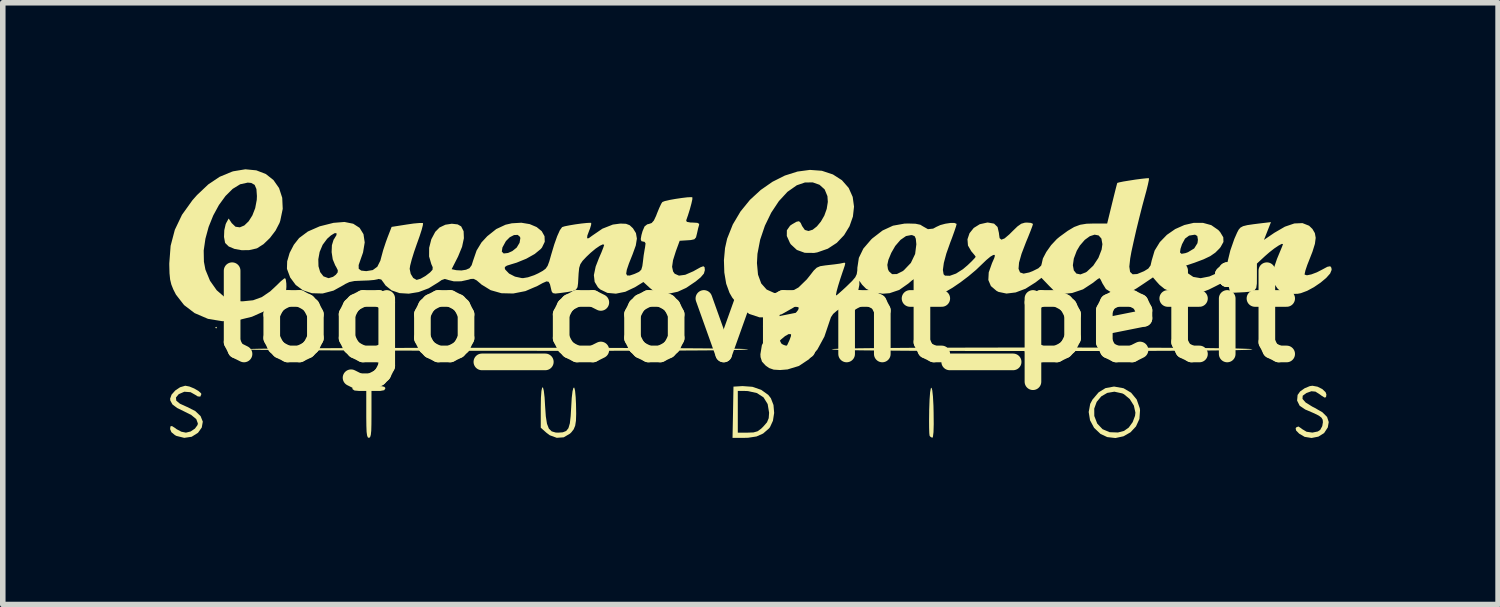
<source format=kicad_pcb>
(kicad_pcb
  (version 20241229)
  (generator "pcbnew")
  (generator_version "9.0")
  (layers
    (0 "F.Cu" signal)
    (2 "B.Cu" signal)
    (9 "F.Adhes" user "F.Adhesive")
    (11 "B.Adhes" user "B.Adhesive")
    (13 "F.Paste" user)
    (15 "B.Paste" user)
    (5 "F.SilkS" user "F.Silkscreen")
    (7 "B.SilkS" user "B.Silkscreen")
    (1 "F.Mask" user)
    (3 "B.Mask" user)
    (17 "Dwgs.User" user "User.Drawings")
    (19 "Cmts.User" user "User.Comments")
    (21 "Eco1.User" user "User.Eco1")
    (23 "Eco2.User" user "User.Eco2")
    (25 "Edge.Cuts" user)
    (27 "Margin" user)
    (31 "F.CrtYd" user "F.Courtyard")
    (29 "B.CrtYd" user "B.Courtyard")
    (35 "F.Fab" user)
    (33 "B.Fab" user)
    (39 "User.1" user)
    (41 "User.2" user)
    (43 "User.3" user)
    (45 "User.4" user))
  (footprint "logo_covent_petit"
    (layer "F.Cu")
    (at 10.525 2.649)
    (property "Reference" "logo_covent_petit" (at 0 0 0) (layer "F.SilkS") (effects (font (size 1.5 1.5) (thickness 0.3))))
    (attr board_only exclude_from_pos_files exclude_from_bom)
    (fp_poly (pts (xy -9.666 0.203) (xy -9.681 0.219) (xy -9.697 0.203) (xy -9.681 0.188)) (stroke (width 0) (type solid)) (fill yes) (layer "F.SilkS"))
    (fp_poly (pts (xy 3.222 1.334) (xy 3.234 1.443) (xy 3.243 1.609) (xy 3.246 1.736) (xy 3.248 1.942) (xy 3.244 2.086) (xy 3.234 2.168) (xy 3.222 2.19) (xy 3.182 2.165) (xy 3.173 2.149) (xy 3.168 2.104) (xy 3.165 2.009) (xy 3.164 1.878) (xy 3.166 1.724) (xy 3.166 1.695) (xy 3.173 1.501) (xy 3.183 1.368) (xy 3.196 1.297) (xy 3.209 1.286)) (stroke (width 0) (type solid)) (fill yes) (layer "F.SilkS"))
    (fp_poly (pts (xy -6.787 1.253) (xy -6.697 1.259) (xy -6.649 1.271) (xy -6.632 1.291) (xy -6.632 1.298) (xy -6.652 1.331) (xy -6.721 1.344) (xy -6.757 1.345) (xy -6.882 1.345) (xy -6.882 1.767) (xy -6.883 1.94) (xy -6.886 2.06) (xy -6.894 2.135) (xy -6.906 2.175) (xy -6.923 2.189) (xy -6.929 2.19) (xy -6.948 2.181) (xy -6.961 2.148) (xy -6.97 2.082) (xy -6.974 1.974) (xy -6.976 1.815) (xy -6.976 1.767) (xy -6.976 1.345) (xy -7.101 1.345) (xy -7.188 1.337) (xy -7.224 1.312) (xy -7.226 1.298) (xy -7.215 1.276) (xy -7.176 1.262) (xy -7.099 1.254) (xy -6.972 1.251) (xy -6.929 1.251)) (stroke (width 0) (type solid)) (fill yes) (layer "F.SilkS"))
    (fp_poly (pts (xy -0.019 1.27) (xy 0.14 1.325) (xy 0.266 1.415) (xy 0.314 1.476) (xy 0.361 1.598) (xy 0.373 1.741) (xy 0.351 1.882) (xy 0.298 1.997) (xy 0.28 2.02) (xy 0.174 2.112) (xy 0.055 2.165) (xy -0.096 2.188) (xy -0.171 2.19) (xy -0.377 2.19) (xy -0.368 1.728) (xy -0.368 1.72) (xy -0.282 1.72) (xy -0.282 2.096) (xy -0.106 2.096) (xy 0.001 2.092) (xy 0.073 2.072) (xy 0.136 2.027) (xy 0.175 1.989) (xy 0.244 1.91) (xy 0.275 1.835) (xy 0.282 1.738) (xy 0.256 1.581) (xy 0.182 1.461) (xy 0.063 1.383) (xy -0.1 1.347) (xy -0.155 1.345) (xy -0.282 1.345) (xy -0.282 1.72) (xy -0.368 1.72) (xy -0.36 1.267) (xy -0.196 1.257)) (stroke (width 0) (type solid)) (fill yes) (layer "F.SilkS"))
    (fp_poly (pts (xy -3.777 1.342) (xy -3.763 1.462) (xy -3.754 1.616) (xy -3.741 1.803) (xy -3.72 1.936) (xy -3.686 2.023) (xy -3.635 2.073) (xy -3.564 2.094) (xy -3.52 2.096) (xy -3.435 2.09) (xy -3.374 2.066) (xy -3.334 2.016) (xy -3.308 1.929) (xy -3.293 1.797) (xy -3.284 1.645) (xy -3.274 1.47) (xy -3.26 1.351) (xy -3.244 1.289) (xy -3.228 1.285) (xy -3.214 1.34) (xy -3.203 1.456) (xy -3.197 1.58) (xy -3.194 1.755) (xy -3.198 1.881) (xy -3.212 1.971) (xy -3.239 2.036) (xy -3.281 2.09) (xy -3.306 2.114) (xy -3.418 2.18) (xy -3.544 2.189) (xy -3.67 2.143) (xy -3.73 2.098) (xy -3.832 2.007) (xy -3.832 1.645) (xy -3.829 1.466) (xy -3.82 1.346) (xy -3.807 1.284) (xy -3.792 1.283)) (stroke (width 0) (type solid)) (fill yes) (layer "F.SilkS"))
    (fp_poly (pts (xy 6.668 1.296) (xy 6.804 1.376) (xy 6.905 1.499) (xy 6.96 1.656) (xy 6.965 1.693) (xy 6.954 1.849) (xy 6.892 1.984) (xy 6.793 2.09) (xy 6.666 2.162) (xy 6.522 2.193) (xy 6.374 2.176) (xy 6.253 2.119) (xy 6.137 2.009) (xy 6.064 1.872) (xy 6.04 1.724) (xy 6.052 1.662) (xy 6.14 1.662) (xy 6.141 1.796) (xy 6.194 1.933) (xy 6.29 2.034) (xy 6.418 2.088) (xy 6.567 2.093) (xy 6.676 2.065) (xy 6.761 2.005) (xy 6.832 1.907) (xy 6.875 1.793) (xy 6.882 1.736) (xy 6.854 1.609) (xy 6.78 1.491) (xy 6.676 1.404) (xy 6.645 1.389) (xy 6.503 1.358) (xy 6.374 1.38) (xy 6.265 1.444) (xy 6.184 1.542) (xy 6.14 1.662) (xy 6.052 1.662) (xy 6.067 1.578) (xy 6.108 1.501) (xy 6.219 1.37) (xy 6.342 1.294) (xy 6.488 1.267) (xy 6.506 1.267)) (stroke (width 0) (type solid)) (fill yes) (layer "F.SilkS"))
    (fp_poly (pts (xy 5.833 0.563) (xy 6.418 0.564) (xy 6.944 0.565) (xy 7.411 0.567) (xy 7.819 0.569) (xy 8.166 0.572) (xy 8.454 0.576) (xy 8.681 0.579) (xy 8.846 0.584) (xy 8.95 0.588) (xy 8.992 0.594) (xy 8.993 0.594) (xy 8.965 0.6) (xy 8.875 0.605) (xy 8.723 0.609) (xy 8.508 0.613) (xy 8.231 0.616) (xy 7.892 0.619) (xy 7.491 0.621) (xy 7.028 0.623) (xy 6.504 0.625) (xy 5.917 0.625) (xy 5.27 0.626) (xy 5.21 0.626) (xy 4.561 0.625) (xy 3.972 0.625) (xy 3.444 0.623) (xy 2.975 0.622) (xy 2.567 0.619) (xy 2.22 0.616) (xy 1.934 0.613) (xy 1.71 0.609) (xy 1.547 0.605) (xy 1.447 0.6) (xy 1.408 0.595) (xy 1.408 0.594) (xy 1.439 0.589) (xy 1.532 0.584) (xy 1.688 0.58) (xy 1.905 0.576) (xy 2.184 0.573) (xy 2.524 0.57) (xy 2.925 0.567) (xy 3.386 0.566) (xy 3.908 0.564) (xy 4.49 0.563) (xy 5.131 0.563) (xy 5.191 0.563)) (stroke (width 0) (type solid)) (fill yes) (layer "F.SilkS"))
    (fp_poly (pts (xy -10.162 1.265) (xy -10.077 1.3) (xy -10.001 1.344) (xy -9.953 1.386) (xy -9.947 1.402) (xy -9.966 1.447) (xy -10.013 1.443) (xy -10.041 1.424) (xy -10.142 1.367) (xy -10.254 1.359) (xy -10.353 1.402) (xy -10.355 1.403) (xy -10.405 1.463) (xy -10.399 1.52) (xy -10.334 1.574) (xy -10.209 1.631) (xy -10.205 1.632) (xy -10.057 1.707) (xy -9.961 1.798) (xy -9.921 1.898) (xy -9.94 2.004) (xy -10.007 2.098) (xy -10.121 2.17) (xy -10.255 2.19) (xy -10.396 2.155) (xy -10.424 2.14) (xy -10.487 2.088) (xy -10.51 2.032) (xy -10.504 1.983) (xy -10.477 1.977) (xy -10.418 2.014) (xy -10.394 2.033) (xy -10.308 2.079) (xy -10.225 2.096) (xy -10.14 2.075) (xy -10.063 2.023) (xy -10.016 1.959) (xy -10.01 1.93) (xy -10.039 1.852) (xy -10.129 1.778) (xy -10.244 1.72) (xy -10.383 1.652) (xy -10.468 1.588) (xy -10.506 1.519) (xy -10.51 1.484) (xy -10.484 1.411) (xy -10.417 1.336) (xy -10.33 1.278) (xy -10.242 1.252) (xy -10.234 1.251)) (stroke (width 0) (type solid)) (fill yes) (layer "F.SilkS"))
    (fp_poly (pts (xy 10.163 1.268) (xy 10.249 1.311) (xy 10.308 1.367) (xy 10.323 1.408) (xy 10.316 1.457) (xy 10.289 1.464) (xy 10.231 1.427) (xy 10.206 1.408) (xy 10.126 1.357) (xy 10.053 1.35) (xy 9.963 1.382) (xy 9.896 1.431) (xy 9.892 1.488) (xy 9.949 1.553) (xy 10.068 1.627) (xy 10.108 1.647) (xy 10.251 1.729) (xy 10.335 1.813) (xy 10.365 1.905) (xy 10.348 2.002) (xy 10.281 2.104) (xy 10.178 2.168) (xy 10.056 2.192) (xy 9.931 2.172) (xy 9.832 2.114) (xy 9.776 2.056) (xy 9.769 2.016) (xy 9.78 2.001) (xy 9.818 1.985) (xy 9.869 2.018) (xy 9.882 2.03) (xy 9.966 2.08) (xy 10.071 2.095) (xy 10.168 2.075) (xy 10.211 2.047) (xy 10.248 1.979) (xy 10.26 1.909) (xy 10.256 1.864) (xy 10.235 1.827) (xy 10.189 1.791) (xy 10.107 1.75) (xy 9.98 1.695) (xy 9.941 1.679) (xy 9.841 1.611) (xy 9.795 1.518) (xy 9.804 1.417) (xy 9.849 1.354) (xy 9.931 1.296) (xy 10.023 1.258) (xy 10.071 1.251)) (stroke (width 0) (type solid)) (fill yes) (layer "F.SilkS"))
    (fp_poly (pts (xy -3.94 0.567) (xy -3.486 0.568) (xy -3.044 0.568) (xy -2.616 0.569) (xy -2.207 0.571) (xy -1.822 0.572) (xy -1.465 0.574) (xy -1.14 0.576) (xy -0.851 0.578) (xy -0.602 0.581) (xy -0.398 0.583) (xy -0.243 0.586) (xy -0.14 0.59) (xy -0.096 0.593) (xy -0.094 0.594) (xy -0.125 0.599) (xy -0.218 0.604) (xy -0.374 0.607) (xy -0.592 0.611) (xy -0.873 0.614) (xy -1.216 0.616) (xy -1.621 0.618) (xy -2.089 0.62) (xy -2.619 0.621) (xy -3.212 0.622) (xy -3.868 0.622) (xy -4.585 0.621) (xy -4.716 0.621) (xy -5.246 0.621) (xy -5.757 0.62) (xy -6.246 0.618) (xy -6.709 0.617) (xy -7.144 0.615) (xy -7.547 0.614) (xy -7.914 0.612) (xy -8.243 0.61) (xy -8.529 0.607) (xy -8.77 0.605) (xy -8.962 0.603) (xy -9.103 0.6) (xy -9.188 0.598) (xy -9.214 0.595) (xy -9.212 0.595) (xy -9.161 0.591) (xy -9.054 0.588) (xy -8.893 0.584) (xy -8.684 0.582) (xy -8.431 0.579) (xy -8.138 0.577) (xy -7.809 0.575) (xy -7.449 0.573) (xy -7.061 0.571) (xy -6.651 0.57) (xy -6.221 0.569) (xy -5.777 0.568) (xy -5.323 0.567) (xy -4.862 0.567) (xy -4.4 0.567)) (stroke (width 0) (type solid)) (fill yes) (layer "F.SilkS"))
    (fp_poly (pts (xy -8.957 -2.63) (xy -8.786 -2.564) (xy -8.648 -2.455) (xy -8.547 -2.31) (xy -8.49 -2.135) (xy -8.481 -1.936) (xy -8.526 -1.72) (xy -8.539 -1.682) (xy -8.61 -1.545) (xy -8.711 -1.412) (xy -8.827 -1.3) (xy -8.942 -1.227) (xy -8.956 -1.222) (xy -9.084 -1.193) (xy -9.22 -1.191) (xy -9.349 -1.214) (xy -9.454 -1.258) (xy -9.517 -1.32) (xy -9.521 -1.331) (xy -9.539 -1.43) (xy -9.534 -1.552) (xy -9.509 -1.66) (xy -9.497 -1.686) (xy -9.455 -1.762) (xy -9.4 -1.679) (xy -9.332 -1.614) (xy -9.254 -1.603) (xy -9.173 -1.637) (xy -9.095 -1.712) (xy -9.028 -1.818) (xy -8.977 -1.949) (xy -8.949 -2.098) (xy -8.946 -2.167) (xy -8.955 -2.293) (xy -8.987 -2.368) (xy -9.049 -2.403) (xy -9.111 -2.409) (xy -9.248 -2.379) (xy -9.383 -2.296) (xy -9.512 -2.168) (xy -9.63 -2.006) (xy -9.733 -1.817) (xy -9.816 -1.611) (xy -9.874 -1.398) (xy -9.905 -1.185) (xy -9.901 -0.983) (xy -9.874 -0.841) (xy -9.791 -0.64) (xy -9.671 -0.47) (xy -9.526 -0.344) (xy -9.522 -0.342) (xy -9.436 -0.299) (xy -9.342 -0.277) (xy -9.216 -0.27) (xy -9.193 -0.271) (xy -9.015 -0.289) (xy -8.858 -0.346) (xy -8.707 -0.449) (xy -8.588 -0.56) (xy -8.517 -0.63) (xy -8.461 -0.676) (xy -8.439 -0.688) (xy -8.425 -0.66) (xy -8.416 -0.588) (xy -8.415 -0.53) (xy -8.423 -0.432) (xy -8.454 -0.351) (xy -8.516 -0.278) (xy -8.618 -0.201) (xy -8.769 -0.112) (xy -8.774 -0.109) (xy -9.036 0.008) (xy -9.305 0.074) (xy -9.569 0.088) (xy -9.816 0.048) (xy -9.834 0.043) (xy -10.069 -0.058) (xy -10.259 -0.203) (xy -10.405 -0.391) (xy -10.453 -0.485) (xy -10.488 -0.573) (xy -10.51 -0.664) (xy -10.521 -0.775) (xy -10.525 -0.927) (xy -10.525 -0.954) (xy -10.501 -1.27) (xy -10.425 -1.559) (xy -10.296 -1.829) (xy -10.109 -2.09) (xy -10.026 -2.184) (xy -9.823 -2.376) (xy -9.617 -2.514) (xy -9.395 -2.606) (xy -9.372 -2.613) (xy -9.154 -2.649)) (stroke (width 0) (type solid)) (fill yes) (layer "F.SilkS"))
    (fp_poly (pts (xy -1.1 -2.143) (xy -1.101 -2.108) (xy -1.118 -2.031) (xy -1.146 -1.928) (xy -1.18 -1.819) (xy -1.212 -1.728) (xy -1.2 -1.702) (xy -1.135 -1.69) (xy -1.095 -1.689) (xy -1.011 -1.684) (xy -0.978 -1.666) (xy -0.98 -1.644) (xy -0.997 -1.584) (xy -1.016 -1.498) (xy -1.018 -1.49) (xy -1.035 -1.422) (xy -1.065 -1.388) (xy -1.128 -1.374) (xy -1.184 -1.37) (xy -1.329 -1.361) (xy -1.398 -1.173) (xy -1.449 -1.011) (xy -1.466 -0.892) (xy -1.448 -0.808) (xy -1.419 -0.767) (xy -1.342 -0.733) (xy -1.229 -0.748) (xy -1.082 -0.812) (xy -1.045 -0.833) (xy -0.953 -0.884) (xy -0.903 -0.902) (xy -0.881 -0.886) (xy -0.876 -0.837) (xy -0.876 -0.83) (xy -0.893 -0.77) (xy -0.951 -0.702) (xy -1.041 -0.628) (xy -1.211 -0.513) (xy -1.363 -0.443) (xy -1.512 -0.411) (xy -1.595 -0.407) (xy -1.702 -0.413) (xy -1.78 -0.442) (xy -1.861 -0.506) (xy -1.868 -0.512) (xy -1.983 -0.618) (xy -2.135 -0.524) (xy -2.309 -0.442) (xy -2.478 -0.408) (xy -2.632 -0.422) (xy -2.76 -0.484) (xy -2.802 -0.522) (xy -2.861 -0.62) (xy -2.875 -0.742) (xy -2.843 -0.896) (xy -2.784 -1.048) (xy -2.738 -1.154) (xy -2.705 -1.239) (xy -2.69 -1.285) (xy -2.69 -1.287) (xy -2.711 -1.297) (xy -2.766 -1.272) (xy -2.844 -1.219) (xy -2.933 -1.145) (xy -3.01 -1.072) (xy -3.079 -0.999) (xy -3.119 -0.939) (xy -3.14 -0.872) (xy -3.15 -0.774) (xy -3.154 -0.705) (xy -3.16 -0.596) (xy -3.17 -0.524) (xy -3.197 -0.481) (xy -3.253 -0.456) (xy -3.347 -0.438) (xy -3.479 -0.42) (xy -3.568 -0.41) (xy -3.614 -0.418) (xy -3.636 -0.45) (xy -3.645 -0.489) (xy -3.666 -0.577) (xy -3.69 -0.622) (xy -3.729 -0.629) (xy -3.798 -0.599) (xy -3.892 -0.547) (xy -4.109 -0.454) (xy -4.328 -0.411) (xy -4.541 -0.416) (xy -4.735 -0.471) (xy -4.901 -0.573) (xy -4.912 -0.584) (xy -4.988 -0.648) (xy -5.041 -0.675) (xy -5.093 -0.673) (xy -5.134 -0.66) (xy -5.266 -0.631) (xy -5.398 -0.63) (xy -5.504 -0.656) (xy -5.509 -0.659) (xy -5.561 -0.673) (xy -5.619 -0.653) (xy -5.679 -0.611) (xy -5.851 -0.505) (xy -6.032 -0.437) (xy -6.21 -0.408) (xy -6.376 -0.418) (xy -6.519 -0.467) (xy -6.627 -0.554) (xy -6.66 -0.601) (xy -6.705 -0.662) (xy -6.753 -0.673) (xy -6.772 -0.667) (xy -6.834 -0.655) (xy -6.937 -0.646) (xy -7.055 -0.642) (xy -7.189 -0.636) (xy -7.281 -0.617) (xy -7.355 -0.582) (xy -7.374 -0.569) (xy -7.566 -0.463) (xy -7.763 -0.411) (xy -7.956 -0.416) (xy -8.117 -0.469) (xy -8.247 -0.565) (xy -8.347 -0.7) (xy -8.404 -0.853) (xy -8.405 -0.862) (xy -8.401 -0.992) (xy -8.39 -1.028) (xy -7.84 -1.028) (xy -7.837 -0.902) (xy -7.806 -0.796) (xy -7.747 -0.72) (xy -7.662 -0.689) (xy -7.651 -0.688) (xy -7.575 -0.711) (xy -7.524 -0.749) (xy -7.491 -0.792) (xy -7.489 -0.831) (xy -7.519 -0.891) (xy -7.535 -0.917) (xy -7.58 -1.026) (xy -7.6 -1.156) (xy -7.595 -1.281) (xy -7.565 -1.38) (xy -7.555 -1.394) (xy -7.512 -1.465) (xy -7.513 -1.499) (xy -7.548 -1.497) (xy -7.612 -1.458) (xy -7.68 -1.398) (xy -7.762 -1.288) (xy -7.816 -1.16) (xy -7.84 -1.028) (xy -8.39 -1.028) (xy -8.357 -1.142) (xy -8.281 -1.289) (xy -8.186 -1.41) (xy -8.028 -1.528) (xy -7.816 -1.621) (xy -7.566 -1.684) (xy -7.369 -1.7) (xy -7.211 -1.668) (xy -7.096 -1.594) (xy -7.026 -1.48) (xy -7.004 -1.331) (xy -7.034 -1.15) (xy -7.075 -1.034) (xy -7.113 -0.924) (xy -7.112 -0.857) (xy -7.068 -0.824) (xy -6.978 -0.814) (xy -6.976 -0.814) (xy -6.859 -0.833) (xy -6.777 -0.893) (xy -6.722 -1.003) (xy -6.706 -1.064) (xy -6.671 -1.193) (xy -6.623 -1.338) (xy -6.592 -1.423) (xy -6.519 -1.611) (xy -6.246 -1.654) (xy -6.122 -1.672) (xy -6.022 -1.681) (xy -5.963 -1.681) (xy -5.953 -1.678) (xy -5.956 -1.643) (xy -5.977 -1.561) (xy -6.014 -1.446) (xy -6.063 -1.308) (xy -6.064 -1.306) (xy -6.115 -1.159) (xy -6.157 -1.023) (xy -6.185 -0.915) (xy -6.194 -0.855) (xy -6.175 -0.764) (xy -6.13 -0.691) (xy -6.071 -0.657) (xy -6.064 -0.657) (xy -5.997 -0.677) (xy -5.909 -0.727) (xy -5.827 -0.79) (xy -5.782 -0.839) (xy -5.779 -0.885) (xy -5.804 -0.941) (xy -5.844 -1.078) (xy -5.843 -1.234) (xy -5.804 -1.388) (xy -5.733 -1.522) (xy -5.656 -1.6) (xy -5.551 -1.65) (xy -5.435 -1.668) (xy -5.329 -1.656) (xy -5.266 -1.62) (xy -5.222 -1.533) (xy -5.217 -1.407) (xy -5.25 -1.252) (xy -5.322 -1.077) (xy -5.328 -1.065) (xy -5.438 -0.849) (xy -5.355 -0.831) (xy -5.261 -0.826) (xy -5.179 -0.839) (xy -5.116 -0.867) (xy -5.077 -0.921) (xy -5.051 -1.003) (xy -4.995 -1.166) (xy -4.534 -1.166) (xy -4.5 -1.132) (xy -4.422 -1.141) (xy -4.345 -1.175) (xy -4.266 -1.238) (xy -4.214 -1.324) (xy -4.2 -1.408) (xy -4.206 -1.431) (xy -4.247 -1.467) (xy -4.314 -1.464) (xy -4.39 -1.425) (xy -4.458 -1.357) (xy -4.464 -1.348) (xy -4.523 -1.24) (xy -4.534 -1.166) (xy -4.995 -1.166) (xy -4.989 -1.184) (xy -4.9 -1.331) (xy -4.796 -1.443) (xy -4.634 -1.572) (xy -4.467 -1.65) (xy -4.353 -1.676) (xy -4.182 -1.686) (xy -4.031 -1.661) (xy -3.906 -1.608) (xy -3.815 -1.534) (xy -3.764 -1.443) (xy -3.76 -1.343) (xy -3.81 -1.239) (xy -3.833 -1.212) (xy -3.941 -1.123) (xy -4.092 -1.038) (xy -4.266 -0.967) (xy -4.355 -0.94) (xy -4.442 -0.913) (xy -4.479 -0.888) (xy -4.479 -0.857) (xy -4.471 -0.841) (xy -4.403 -0.77) (xy -4.296 -0.715) (xy -4.175 -0.689) (xy -4.15 -0.688) (xy -4.062 -0.703) (xy -3.95 -0.741) (xy -3.878 -0.774) (xy -3.796 -0.819) (xy -3.744 -0.858) (xy -3.708 -0.91) (xy -3.678 -0.991) (xy -3.644 -1.111) (xy -3.589 -1.295) (xy -3.536 -1.444) (xy -3.488 -1.551) (xy -3.448 -1.606) (xy -3.445 -1.608) (xy -3.4 -1.622) (xy -3.315 -1.639) (xy -3.208 -1.657) (xy -3.098 -1.672) (xy -3.001 -1.682) (xy -2.938 -1.685) (xy -2.923 -1.682) (xy -2.925 -1.647) (xy -2.946 -1.577) (xy -2.956 -1.554) (xy -2.993 -1.454) (xy -2.997 -1.406) (xy -2.968 -1.407) (xy -2.905 -1.453) (xy -2.721 -1.579) (xy -2.533 -1.653) (xy -2.398 -1.671) (xy -2.297 -1.667) (xy -2.231 -1.642) (xy -2.173 -1.588) (xy -2.171 -1.586) (xy -2.117 -1.499) (xy -2.1 -1.4) (xy -2.12 -1.276) (xy -2.177 -1.118) (xy -2.243 -0.953) (xy -2.282 -0.838) (xy -2.293 -0.768) (xy -2.276 -0.736) (xy -2.228 -0.735) (xy -2.15 -0.761) (xy -2.133 -0.768) (xy -2.061 -0.801) (xy -2.021 -0.84) (xy -2.002 -0.905) (xy -1.992 -0.979) (xy -1.978 -1.097) (xy -1.96 -1.206) (xy -1.953 -1.243) (xy -1.944 -1.314) (xy -1.962 -1.342) (xy -1.982 -1.345) (xy -2.019 -1.354) (xy -2.031 -1.39) (xy -2.018 -1.464) (xy -1.998 -1.535) (xy -1.962 -1.619) (xy -1.914 -1.657) (xy -1.883 -1.664) (xy -1.834 -1.681) (xy -1.794 -1.726) (xy -1.753 -1.813) (xy -1.738 -1.853) (xy -1.697 -1.953) (xy -1.661 -2.029) (xy -1.641 -2.059) (xy -1.598 -2.076) (xy -1.513 -2.096) (xy -1.406 -2.115) (xy -1.292 -2.132) (xy -1.192 -2.144) (xy -1.121 -2.147)) (stroke (width 0) (type solid)) (fill yes) (layer "F.SilkS"))
    (fp_poly (pts (xy 1.233 -2.622) (xy 1.432 -2.556) (xy 1.594 -2.452) (xy 1.716 -2.313) (xy 1.788 -2.151) (xy 1.812 -1.976) (xy 1.792 -1.797) (xy 1.731 -1.623) (xy 1.633 -1.462) (xy 1.502 -1.324) (xy 1.34 -1.218) (xy 1.151 -1.152) (xy 1.094 -1.142) (xy 0.925 -1.144) (xy 0.782 -1.196) (xy 0.674 -1.296) (xy 0.658 -1.32) (xy 0.601 -1.447) (xy 0.602 -1.55) (xy 0.66 -1.633) (xy 0.696 -1.658) (xy 0.776 -1.704) (xy 0.821 -1.713) (xy 0.851 -1.683) (xy 0.876 -1.627) (xy 0.926 -1.556) (xy 0.992 -1.537) (xy 1.067 -1.56) (xy 1.143 -1.62) (xy 1.215 -1.707) (xy 1.277 -1.815) (xy 1.32 -1.935) (xy 1.34 -2.061) (xy 1.333 -2.165) (xy 1.283 -2.286) (xy 1.19 -2.37) (xy 1.068 -2.413) (xy 0.927 -2.411) (xy 0.781 -2.361) (xy 0.613 -2.243) (xy 0.458 -2.075) (xy 0.32 -1.867) (xy 0.206 -1.632) (xy 0.121 -1.381) (xy 0.072 -1.126) (xy 0.063 -0.959) (xy 0.082 -0.751) (xy 0.14 -0.592) (xy 0.238 -0.482) (xy 0.374 -0.421) (xy 0.502 -0.407) (xy 0.66 -0.435) (xy 0.812 -0.52) (xy 0.961 -0.665) (xy 1.017 -0.735) (xy 1.086 -0.824) (xy 1.14 -0.876) (xy 1.202 -0.903) (xy 1.293 -0.917) (xy 1.345 -0.923) (xy 1.459 -0.936) (xy 1.554 -0.949) (xy 1.603 -0.959) (xy 1.64 -0.967) (xy 1.654 -0.956) (xy 1.645 -0.914) (xy 1.616 -0.827) (xy 1.611 -0.814) (xy 1.564 -0.673) (xy 1.525 -0.547) (xy 1.498 -0.448) (xy 1.487 -0.388) (xy 1.49 -0.375) (xy 1.518 -0.395) (xy 1.58 -0.449) (xy 1.663 -0.525) (xy 1.688 -0.549) (xy 1.78 -0.639) (xy 1.834 -0.703) (xy 1.861 -0.76) (xy 1.871 -0.825) (xy 1.872 -0.875) (xy 1.88 -0.926) (xy 2.412 -0.926) (xy 2.423 -0.85) (xy 2.441 -0.811) (xy 2.498 -0.76) (xy 2.583 -0.761) (xy 2.689 -0.814) (xy 2.711 -0.831) (xy 2.836 -0.962) (xy 2.913 -1.123) (xy 2.935 -1.298) (xy 2.934 -1.308) (xy 2.925 -1.398) (xy 2.905 -1.443) (xy 2.864 -1.461) (xy 2.843 -1.464) (xy 2.749 -1.446) (xy 2.649 -1.377) (xy 2.555 -1.268) (xy 2.483 -1.143) (xy 2.431 -1.017) (xy 2.412 -0.926) (xy 1.88 -0.926) (xy 1.899 -1.053) (xy 1.98 -1.22) (xy 2.12 -1.383) (xy 2.142 -1.404) (xy 2.326 -1.546) (xy 2.514 -1.633) (xy 2.72 -1.67) (xy 2.789 -1.672) (xy 2.92 -1.668) (xy 3.006 -1.65) (xy 3.057 -1.619) (xy 3.144 -1.57) (xy 3.238 -1.58) (xy 3.295 -1.611) (xy 3.367 -1.644) (xy 3.457 -1.668) (xy 3.549 -1.682) (xy 3.622 -1.682) (xy 3.659 -1.666) (xy 3.66 -1.661) (xy 3.649 -1.618) (xy 3.62 -1.531) (xy 3.578 -1.414) (xy 3.548 -1.336) (xy 3.475 -1.13) (xy 3.43 -0.962) (xy 3.413 -0.836) (xy 3.426 -0.757) (xy 3.451 -0.733) (xy 3.538 -0.73) (xy 3.65 -0.77) (xy 3.774 -0.849) (xy 3.859 -0.921) (xy 3.934 -0.993) (xy 3.986 -1.048) (xy 4.004 -1.072) (xy 3.985 -1.101) (xy 3.938 -1.157) (xy 3.926 -1.17) (xy 3.865 -1.275) (xy 3.856 -1.388) (xy 3.893 -1.497) (xy 3.969 -1.592) (xy 4.077 -1.659) (xy 4.211 -1.689) (xy 4.227 -1.689) (xy 4.335 -1.67) (xy 4.398 -1.609) (xy 4.423 -1.5) (xy 4.424 -1.484) (xy 4.435 -1.408) (xy 4.467 -1.381) (xy 4.524 -1.403) (xy 4.61 -1.476) (xy 4.667 -1.533) (xy 4.757 -1.62) (xy 4.825 -1.668) (xy 4.89 -1.687) (xy 4.927 -1.689) (xy 4.999 -1.683) (xy 5.035 -1.666) (xy 5.036 -1.663) (xy 5.025 -1.625) (xy 4.994 -1.542) (xy 4.949 -1.429) (xy 4.91 -1.335) (xy 4.83 -1.126) (xy 4.785 -0.967) (xy 4.776 -0.856) (xy 4.803 -0.791) (xy 4.867 -0.769) (xy 4.968 -0.79) (xy 5.03 -0.814) (xy 5.133 -0.865) (xy 5.183 -0.913) (xy 5.186 -0.92) (xy 5.755 -0.92) (xy 5.772 -0.827) (xy 5.819 -0.77) (xy 5.892 -0.755) (xy 5.988 -0.792) (xy 6.007 -0.804) (xy 6.122 -0.912) (xy 6.215 -1.052) (xy 6.273 -1.202) (xy 6.287 -1.3) (xy 6.269 -1.401) (xy 6.219 -1.457) (xy 6.147 -1.471) (xy 6.06 -1.443) (xy 5.969 -1.377) (xy 5.881 -1.275) (xy 5.825 -1.181) (xy 5.772 -1.041) (xy 5.755 -0.92) (xy 5.186 -0.92) (xy 5.193 -0.946) (xy 5.215 -1.042) (xy 5.276 -1.159) (xy 5.363 -1.282) (xy 5.466 -1.392) (xy 5.518 -1.435) (xy 5.662 -1.54) (xy 5.778 -1.609) (xy 5.885 -1.649) (xy 6.001 -1.668) (xy 6.135 -1.672) (xy 6.373 -1.672) (xy 6.461 -2.032) (xy 6.496 -2.174) (xy 6.525 -2.29) (xy 6.546 -2.371) (xy 6.555 -2.403) (xy 6.589 -2.413) (xy 6.666 -2.429) (xy 6.772 -2.446) (xy 6.887 -2.464) (xy 6.996 -2.478) (xy 7.08 -2.487) (xy 7.124 -2.489) (xy 7.126 -2.488) (xy 7.124 -2.454) (xy 7.107 -2.373) (xy 7.079 -2.26) (xy 7.058 -2.183) (xy 7.005 -1.987) (xy 6.95 -1.77) (xy 6.896 -1.55) (xy 6.849 -1.343) (xy 6.81 -1.165) (xy 6.788 -1.043) (xy 6.772 -0.895) (xy 6.786 -0.8) (xy 6.832 -0.757) (xy 6.914 -0.762) (xy 7.035 -0.812) (xy 7.036 -0.812) (xy 7.114 -0.86) (xy 7.155 -0.917) (xy 7.176 -1.009) (xy 7.177 -1.012) (xy 7.218 -1.151) (xy 7.685 -1.151) (xy 7.712 -1.126) (xy 7.782 -1.138) (xy 7.829 -1.155) (xy 7.941 -1.223) (xy 8 -1.318) (xy 8.008 -1.379) (xy 7.997 -1.447) (xy 7.958 -1.47) (xy 7.948 -1.47) (xy 7.849 -1.454) (xy 7.776 -1.4) (xy 7.721 -1.298) (xy 7.694 -1.216) (xy 7.685 -1.151) (xy 7.218 -1.151) (xy 7.228 -1.184) (xy 7.322 -1.337) (xy 7.449 -1.468) (xy 7.599 -1.572) (xy 7.764 -1.645) (xy 7.933 -1.684) (xy 8.098 -1.684) (xy 8.248 -1.643) (xy 8.375 -1.555) (xy 8.409 -1.517) (xy 8.465 -1.424) (xy 8.468 -1.34) (xy 8.417 -1.248) (xy 8.395 -1.221) (xy 8.321 -1.147) (xy 8.23 -1.084) (xy 8.108 -1.026) (xy 7.94 -0.963) (xy 7.915 -0.955) (xy 7.711 -0.886) (xy 7.81 -0.787) (xy 7.924 -0.71) (xy 8.057 -0.687) (xy 8.215 -0.718) (xy 8.352 -0.778) (xy 8.449 -0.832) (xy 8.504 -0.878) (xy 8.532 -0.933) (xy 8.545 -0.994) (xy 8.592 -1.187) (xy 8.664 -1.394) (xy 8.714 -1.508) (xy 8.742 -1.561) (xy 8.774 -1.598) (xy 8.822 -1.624) (xy 8.898 -1.643) (xy 9.015 -1.66) (xy 9.143 -1.676) (xy 9.324 -1.697) (xy 9.261 -1.537) (xy 9.198 -1.377) (xy 9.384 -1.504) (xy 9.575 -1.615) (xy 9.745 -1.673) (xy 9.892 -1.679) (xy 10.011 -1.632) (xy 10.071 -1.574) (xy 10.115 -1.499) (xy 10.13 -1.414) (xy 10.116 -1.306) (xy 10.072 -1.164) (xy 10.025 -1.044) (xy 9.978 -0.925) (xy 9.945 -0.827) (xy 9.931 -0.764) (xy 9.931 -0.751) (xy 9.972 -0.739) (xy 10.051 -0.755) (xy 10.152 -0.793) (xy 10.249 -0.843) (xy 10.34 -0.892) (xy 10.392 -0.902) (xy 10.413 -0.874) (xy 10.417 -0.836) (xy 10.39 -0.771) (xy 10.319 -0.691) (xy 10.217 -0.606) (xy 10.098 -0.525) (xy 9.976 -0.459) (xy 9.863 -0.417) (xy 9.806 -0.406) (xy 9.667 -0.402) (xy 9.57 -0.416) (xy 9.496 -0.453) (xy 9.444 -0.498) (xy 9.378 -0.593) (xy 9.353 -0.709) (xy 9.371 -0.852) (xy 9.432 -1.033) (xy 9.447 -1.069) (xy 9.491 -1.175) (xy 9.525 -1.257) (xy 9.54 -1.3) (xy 9.541 -1.302) (xy 9.519 -1.305) (xy 9.462 -1.275) (xy 9.383 -1.222) (xy 9.295 -1.153) (xy 9.22 -1.088) (xy 9.071 -0.95) (xy 9.071 -0.71) (xy 9.07 -0.589) (xy 9.059 -0.512) (xy 9.027 -0.467) (xy 8.962 -0.445) (xy 8.854 -0.435) (xy 8.76 -0.43) (xy 8.59 -0.422) (xy 8.563 -0.536) (xy 8.535 -0.649) (xy 8.314 -0.536) (xy 8.203 -0.481) (xy 8.115 -0.447) (xy 8.027 -0.43) (xy 7.916 -0.423) (xy 7.808 -0.422) (xy 7.635 -0.428) (xy 7.506 -0.45) (xy 7.406 -0.494) (xy 7.317 -0.566) (xy 7.267 -0.621) (xy 7.198 -0.701) (xy 7.032 -0.589) (xy 6.904 -0.504) (xy 6.811 -0.451) (xy 6.735 -0.421) (xy 6.661 -0.409) (xy 6.594 -0.407) (xy 6.452 -0.427) (xy 6.351 -0.491) (xy 6.288 -0.593) (xy 6.257 -0.658) (xy 6.235 -0.688) (xy 6.233 -0.688) (xy 6.202 -0.67) (xy 6.143 -0.624) (xy 6.12 -0.605) (xy 5.938 -0.486) (xy 5.742 -0.42) (xy 5.617 -0.407) (xy 5.528 -0.411) (xy 5.464 -0.43) (xy 5.401 -0.475) (xy 5.326 -0.55) (xy 5.189 -0.693) (xy 5.082 -0.611) (xy 4.902 -0.497) (xy 4.724 -0.43) (xy 4.559 -0.41) (xy 4.415 -0.44) (xy 4.379 -0.459) (xy 4.278 -0.545) (xy 4.232 -0.654) (xy 4.239 -0.791) (xy 4.298 -0.958) (xy 4.338 -1.048) (xy 4.351 -1.094) (xy 4.339 -1.108) (xy 4.319 -1.104) (xy 4.269 -1.075) (xy 4.196 -1.014) (xy 4.126 -0.947) (xy 4.01 -0.836) (xy 3.873 -0.721) (xy 3.728 -0.611) (xy 3.587 -0.515) (xy 3.466 -0.444) (xy 3.38 -0.407) (xy 3.261 -0.397) (xy 3.142 -0.424) (xy 3.038 -0.478) (xy 2.966 -0.551) (xy 2.94 -0.631) (xy 2.934 -0.675) (xy 2.911 -0.682) (xy 2.859 -0.649) (xy 2.79 -0.59) (xy 2.626 -0.475) (xy 2.454 -0.417) (xy 2.33 -0.407) (xy 2.164 -0.43) (xy 2.03 -0.496) (xy 1.957 -0.57) (xy 1.908 -0.64) (xy 1.908 -0.567) (xy 1.883 -0.44) (xy 1.804 -0.322) (xy 1.668 -0.208) (xy 1.611 -0.172) (xy 1.503 -0.101) (xy 1.436 -0.043) (xy 1.397 0.015) (xy 1.375 0.078) (xy 1.278 0.366) (xy 1.152 0.598) (xy 1 0.774) (xy 0.82 0.894) (xy 0.614 0.957) (xy 0.479 0.968) (xy 0.365 0.961) (xy 0.282 0.932) (xy 0.221 0.889) (xy 0.154 0.817) (xy 0.128 0.736) (xy 0.125 0.684) (xy 0.131 0.648) (xy 0.344 0.648) (xy 0.354 0.702) (xy 0.396 0.716) (xy 0.43 0.714) (xy 0.485 0.697) (xy 0.532 0.652) (xy 0.584 0.566) (xy 0.606 0.523) (xy 0.65 0.428) (xy 0.676 0.355) (xy 0.678 0.323) (xy 0.635 0.32) (xy 0.57 0.356) (xy 0.496 0.418) (xy 0.425 0.495) (xy 0.37 0.572) (xy 0.345 0.639) (xy 0.344 0.648) (xy 0.131 0.648) (xy 0.152 0.519) (xy 0.233 0.366) (xy 0.371 0.222) (xy 0.569 0.083) (xy 0.614 0.058) (xy 0.738 -0.028) (xy 0.804 -0.114) (xy 0.809 -0.127) (xy 0.828 -0.193) (xy 0.818 -0.214) (xy 0.771 -0.191) (xy 0.719 -0.156) (xy 0.509 -0.037) (xy 0.304 0.021) (xy 0.107 0.018) (xy -0.076 -0.043) (xy -0.24 -0.162) (xy -0.382 -0.337) (xy -0.431 -0.422) (xy -0.491 -0.587) (xy -0.525 -0.789) (xy -0.532 -1.01) (xy -0.512 -1.23) (xy -0.474 -1.399) (xy -0.372 -1.655) (xy -0.233 -1.889) (xy -0.063 -2.098) (xy 0.132 -2.277) (xy 0.343 -2.424) (xy 0.566 -2.536) (xy 0.793 -2.608) (xy 1.017 -2.638)) (stroke (width 0) (type solid)) (fill yes) (layer "F.SilkS")))
  (gr_rect
    (start -3 -3)
    (end 23.941 7.842)
    (stroke (width 0.1) (type default))
    (fill no)
    (layer "Edge.Cuts")))
</source>
